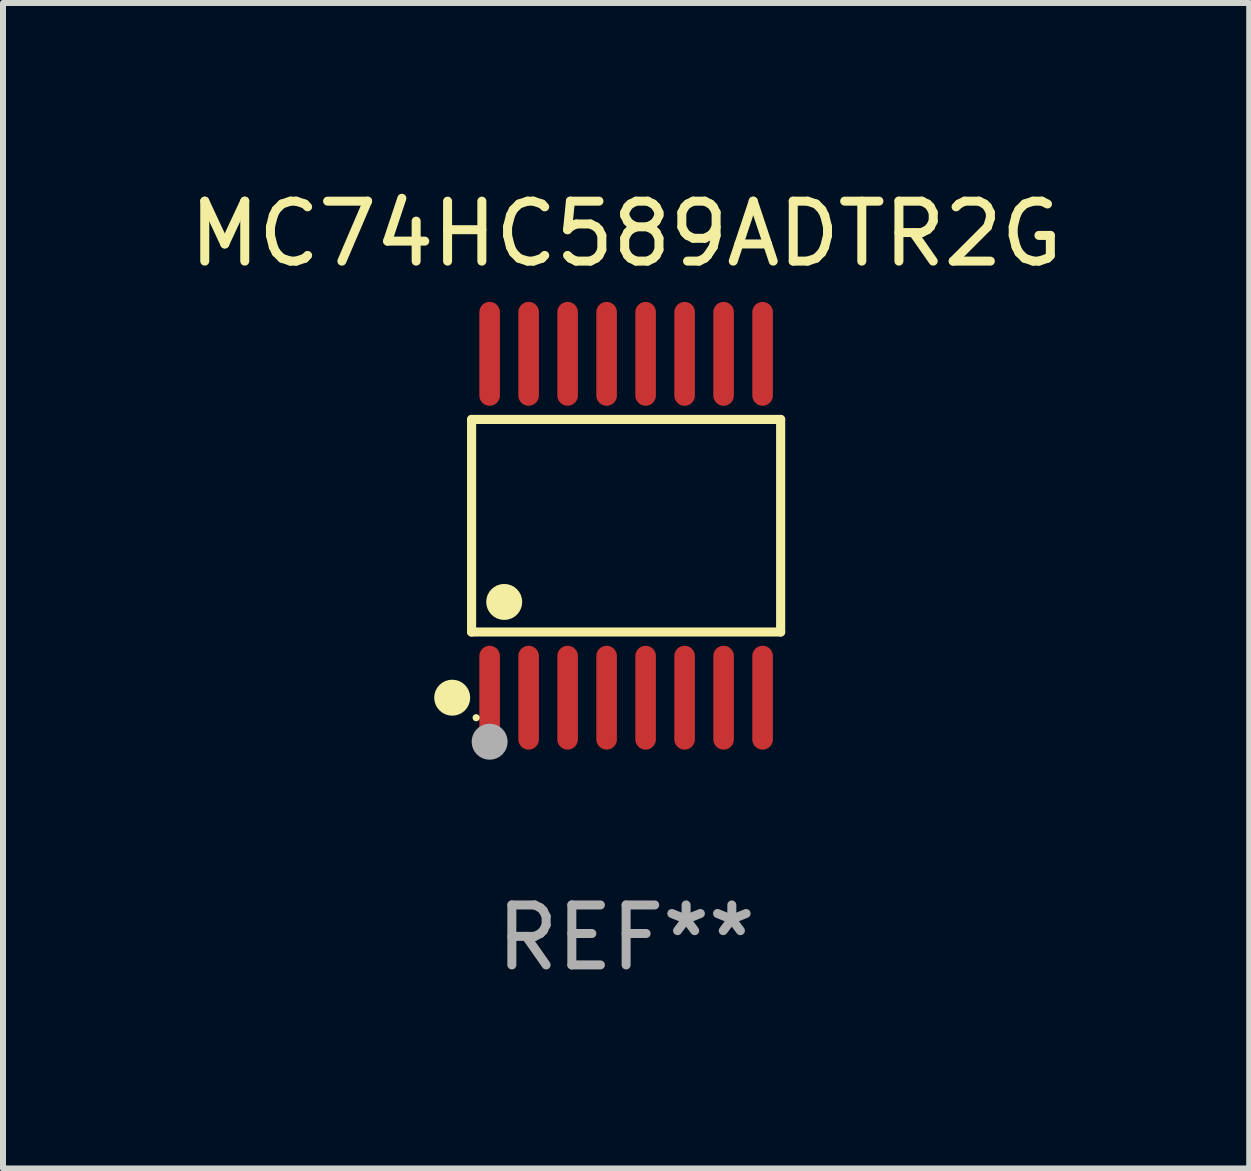
<source format=kicad_pcb>
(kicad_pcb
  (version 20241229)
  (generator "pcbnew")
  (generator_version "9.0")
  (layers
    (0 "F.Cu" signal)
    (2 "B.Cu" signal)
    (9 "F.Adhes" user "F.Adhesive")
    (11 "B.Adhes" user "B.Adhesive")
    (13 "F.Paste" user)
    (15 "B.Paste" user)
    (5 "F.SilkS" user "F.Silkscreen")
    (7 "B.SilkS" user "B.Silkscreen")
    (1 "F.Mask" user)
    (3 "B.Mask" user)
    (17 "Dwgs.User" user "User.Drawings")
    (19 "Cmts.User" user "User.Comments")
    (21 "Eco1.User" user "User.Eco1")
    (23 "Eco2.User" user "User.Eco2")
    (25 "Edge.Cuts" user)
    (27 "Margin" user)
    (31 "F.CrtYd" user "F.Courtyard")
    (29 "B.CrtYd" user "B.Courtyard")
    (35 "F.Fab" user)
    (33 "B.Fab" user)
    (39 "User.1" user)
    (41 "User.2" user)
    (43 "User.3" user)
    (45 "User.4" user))
  (footprint "MC74HC589ADTR2G"
    (layer "F.Cu")
    (at 7.387 5.714)
    (property "Reference" "MC74HC589ADTR2G" (at 0 -4.866 0) (layer "F.SilkS") (effects (font (size 1 1) (thickness 0.15))))
    (attr through_hole)
    (fp_line (start -2.576 -1.772) (end 2.576 -1.772) (stroke (width 0.152) (type solid)) (layer "F.SilkS"))
    (fp_line (start -2.576 1.771) (end -2.576 -1.772) (stroke (width 0.152) (type solid)) (layer "F.SilkS"))
    (fp_line (start 2.576 -1.772) (end 2.576 1.771) (stroke (width 0.152) (type solid)) (layer "F.SilkS"))
    (fp_line (start 2.576 1.771) (end -2.576 1.771) (stroke (width 0.152) (type solid)) (layer "F.SilkS"))
    (fp_circle (center -2.899 2.866) (end -2.749 2.866) (stroke (width 0.3) (type solid)) (fill no) (layer "F.SilkS"))
    (fp_circle (center -2.5 3.2) (end -2.47 3.2) (stroke (width 0.06) (type solid)) (fill no) (layer "F.SilkS"))
    (fp_circle (center -2.032 1.27) (end -1.882 1.27) (stroke (width 0.3) (type solid)) (fill no) (layer "F.SilkS"))
    (fp_circle (center -2.275 3.6) (end -2.125 3.6) (stroke (width 0.3) (type solid)) (fill no) (layer "F.Fab"))
    (fp_text user "REF**" (at 0 6.866 0) (layer "F.Fab") (effects (font (size 1 1) (thickness 0.15))))
    (pad "1" smd oval (at -2.275 2.866) (size 0.343 1.731) (layers "F.Cu" "F.Mask" "F.Paste"))
    (pad "2" smd oval (at -1.625 2.866) (size 0.343 1.731) (layers "F.Cu" "F.Mask" "F.Paste"))
    (pad "3" smd oval (at -0.975 2.866) (size 0.343 1.731) (layers "F.Cu" "F.Mask" "F.Paste"))
    (pad "4" smd oval (at -0.325 2.866) (size 0.343 1.731) (layers "F.Cu" "F.Mask" "F.Paste"))
    (pad "5" smd oval (at 0.325 2.866) (size 0.343 1.731) (layers "F.Cu" "F.Mask" "F.Paste"))
    (pad "6" smd oval (at 0.975 2.866) (size 0.343 1.731) (layers "F.Cu" "F.Mask" "F.Paste"))
    (pad "7" smd oval (at 1.625 2.866) (size 0.343 1.731) (layers "F.Cu" "F.Mask" "F.Paste"))
    (pad "8" smd oval (at 2.275 2.866) (size 0.343 1.731) (layers "F.Cu" "F.Mask" "F.Paste"))
    (pad "9" smd oval (at 2.275 -2.866) (size 0.343 1.731) (layers "F.Cu" "F.Mask" "F.Paste"))
    (pad "10" smd oval (at 1.625 -2.866) (size 0.343 1.731) (layers "F.Cu" "F.Mask" "F.Paste"))
    (pad "11" smd oval (at 0.975 -2.866) (size 0.343 1.731) (layers "F.Cu" "F.Mask" "F.Paste"))
    (pad "12" smd oval (at 0.325 -2.866) (size 0.343 1.731) (layers "F.Cu" "F.Mask" "F.Paste"))
    (pad "13" smd oval (at -0.325 -2.866) (size 0.343 1.731) (layers "F.Cu" "F.Mask" "F.Paste"))
    (pad "14" smd oval (at -0.975 -2.866) (size 0.343 1.731) (layers "F.Cu" "F.Mask" "F.Paste"))
    (pad "15" smd oval (at -1.625 -2.866) (size 0.343 1.731) (layers "F.Cu" "F.Mask" "F.Paste"))
    (pad "16" smd oval (at -2.275 -2.866) (size 0.343 1.731) (layers "F.Cu" "F.Mask" "F.Paste")))
  (gr_rect
    (start -3 -3)
    (end 17.774 16.428)
    (stroke (width 0.1) (type default))
    (fill no)
    (layer "Edge.Cuts")))
</source>
